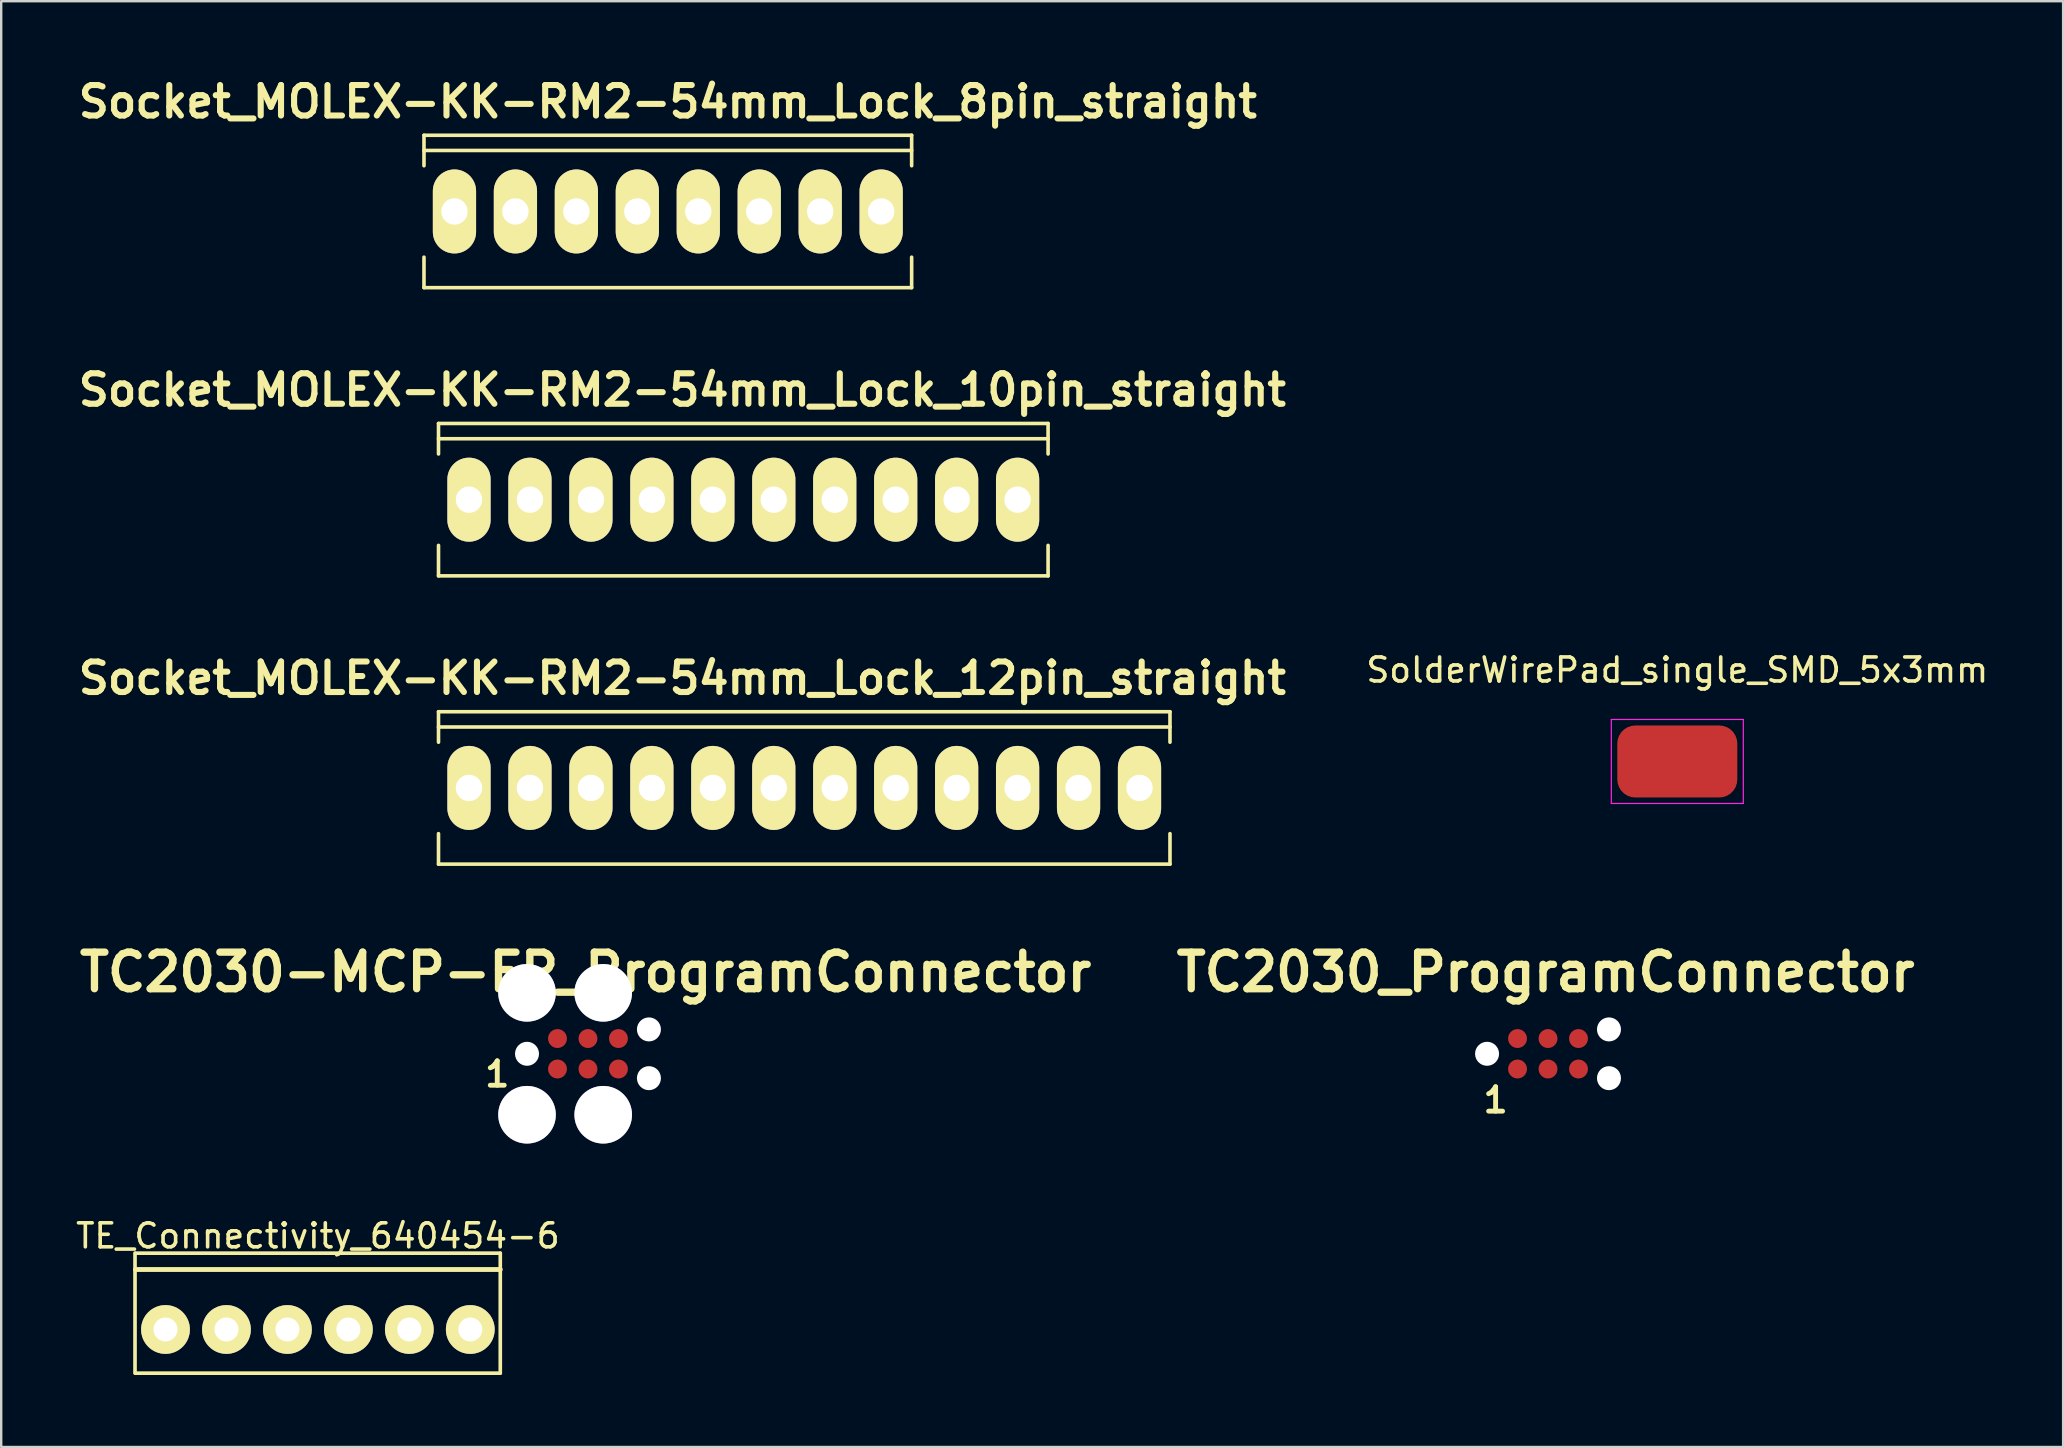
<source format=kicad_pcb>
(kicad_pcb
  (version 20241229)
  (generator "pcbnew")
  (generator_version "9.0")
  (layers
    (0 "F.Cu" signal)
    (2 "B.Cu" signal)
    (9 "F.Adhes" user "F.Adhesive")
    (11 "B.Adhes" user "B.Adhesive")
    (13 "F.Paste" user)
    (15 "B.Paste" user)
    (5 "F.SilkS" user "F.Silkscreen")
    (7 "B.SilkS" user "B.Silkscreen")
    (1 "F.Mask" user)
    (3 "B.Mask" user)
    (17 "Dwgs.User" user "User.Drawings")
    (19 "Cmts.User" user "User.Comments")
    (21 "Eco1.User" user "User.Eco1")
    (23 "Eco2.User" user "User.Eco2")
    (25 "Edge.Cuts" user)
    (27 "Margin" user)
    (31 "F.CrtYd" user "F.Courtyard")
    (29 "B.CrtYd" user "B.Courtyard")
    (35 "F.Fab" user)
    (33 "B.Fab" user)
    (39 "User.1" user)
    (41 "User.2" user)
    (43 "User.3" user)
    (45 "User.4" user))
  (footprint "TC2030_ProgramConnector"
    (layer "F.Cu")
    (at 61.454 40.86)
    (property "Reference" "TC2030_ProgramConnector" (at -0.099 -3.401 0) (layer "F.SilkS") (effects (font (size 1.524 1.524) (thickness 0.305))))
    (attr through_hole)
    (fp_text user "1" (at -2.184 1.93 0) (layer "F.SilkS") (effects (font (size 1.016 1.016) (thickness 0.203))))
    (pad "" np_thru_hole circle (at -2.54 0) (size 1 1) (drill 1) (layers "*.Cu" "*.Mask"))
    (pad "" np_thru_hole circle (at 2.54 -1.016) (size 1 1) (drill 1) (layers "*.Cu" "*.Mask"))
    (pad "" np_thru_hole circle (at 2.54 1.016) (size 1 1) (drill 1) (layers "*.Cu" "*.Mask"))
    (pad "1" smd circle (at -1.27 0.635) (size 0.787 0.787) (layers "F.Cu" "F.Mask"))
    (pad "2" smd circle (at -1.27 -0.635) (size 0.787 0.787) (layers "F.Cu" "F.Mask"))
    (pad "3" smd circle (at 0 0.635) (size 0.787 0.787) (layers "F.Cu" "F.Mask"))
    (pad "4" smd circle (at 0 -0.635) (size 0.787 0.787) (layers "F.Cu" "F.Mask"))
    (pad "5" smd circle (at 1.27 0.635) (size 0.787 0.787) (layers "F.Cu" "F.Mask"))
    (pad "6" smd circle (at 1.27 -0.635) (size 0.787 0.787) (layers "F.Cu" "F.Mask")))
  (footprint "Socket_MOLEX-KK-RM2-54mm_Lock_8pin_straight"
    (layer "F.Cu")
    (at 24.777 5.761)
    (property "Reference" "Socket_MOLEX-KK-RM2-54mm_Lock_8pin_straight" (at 0 -4.572 0) (layer "F.SilkS") (effects (font (size 1.27 1.27) (thickness 0.254))))
    (attr through_hole)
    (fp_line (start -10.16 -3.175) (end 10.16 -3.175) (stroke (width 0.15) (type solid)) (layer "F.SilkS"))
    (fp_line (start -10.16 -1.905) (end -10.16 -3.175) (stroke (width 0.15) (type solid)) (layer "F.SilkS"))
    (fp_line (start -10.16 3.175) (end -10.16 1.905) (stroke (width 0.15) (type solid)) (layer "F.SilkS"))
    (fp_line (start 10.16 -3.175) (end 10.16 -1.905) (stroke (width 0.15) (type solid)) (layer "F.SilkS"))
    (fp_line (start 10.16 -2.54) (end -10.16 -2.54) (stroke (width 0.15) (type solid)) (layer "F.SilkS"))
    (fp_line (start 10.16 3.175) (end -10.16 3.175) (stroke (width 0.15) (type solid)) (layer "F.SilkS"))
    (fp_line (start 10.16 3.175) (end 10.16 1.905) (stroke (width 0.15) (type solid)) (layer "F.SilkS"))
    (pad "1" thru_hole oval (at -8.89 0) (size 1.801 3.5) (drill 1.1) (layers "*.Cu" "*.Mask" "F.SilkS"))
    (pad "2" thru_hole oval (at -6.35 0) (size 1.801 3.5) (drill 1.1) (layers "*.Cu" "*.Mask" "F.SilkS"))
    (pad "3" thru_hole oval (at -3.81 0) (size 1.801 3.5) (drill 1.1) (layers "*.Cu" "*.Mask" "F.SilkS"))
    (pad "4" thru_hole oval (at -1.27 0) (size 1.801 3.5) (drill 1.1) (layers "*.Cu" "*.Mask" "F.SilkS"))
    (pad "5" thru_hole oval (at 1.27 0) (size 1.801 3.5) (drill 1.1) (layers "*.Cu" "*.Mask" "F.SilkS"))
    (pad "6" thru_hole oval (at 3.81 0) (size 1.801 3.5) (drill 1.1) (layers "*.Cu" "*.Mask" "F.SilkS"))
    (pad "7" thru_hole oval (at 6.35 0) (size 1.801 3.5) (drill 1.1) (layers "*.Cu" "*.Mask" "F.SilkS"))
    (pad "8" thru_hole oval (at 8.89 0) (size 1.801 3.5) (drill 1.1) (layers "*.Cu" "*.Mask" "F.SilkS")))
  (footprint "Socket_MOLEX-KK-RM2-54mm_Lock_10pin_straight"
    (layer "F.Cu")
    (at 27.922 17.771)
    (property "Reference" "Socket_MOLEX-KK-RM2-54mm_Lock_10pin_straight" (at -2.54 -4.572 0) (layer "F.SilkS") (effects (font (size 1.27 1.27) (thickness 0.254))))
    (attr through_hole)
    (fp_line (start -12.7 -3.175) (end 12.7 -3.175) (stroke (width 0.15) (type solid)) (layer "F.SilkS"))
    (fp_line (start -12.7 -1.905) (end -12.7 -3.175) (stroke (width 0.15) (type solid)) (layer "F.SilkS"))
    (fp_line (start -12.7 3.175) (end -12.7 1.905) (stroke (width 0.15) (type solid)) (layer "F.SilkS"))
    (fp_line (start 12.7 -3.175) (end 12.7 -1.905) (stroke (width 0.15) (type solid)) (layer "F.SilkS"))
    (fp_line (start 12.7 -2.54) (end -12.7 -2.54) (stroke (width 0.15) (type solid)) (layer "F.SilkS"))
    (fp_line (start 12.7 3.175) (end -12.7 3.175) (stroke (width 0.15) (type solid)) (layer "F.SilkS"))
    (fp_line (start 12.7 3.175) (end 12.7 1.905) (stroke (width 0.15) (type solid)) (layer "F.SilkS"))
    (pad "1" thru_hole oval (at -11.43 0) (size 1.801 3.5) (drill 1.1) (layers "*.Cu" "*.Mask" "F.SilkS"))
    (pad "2" thru_hole oval (at -8.89 0) (size 1.801 3.5) (drill 1.1) (layers "*.Cu" "*.Mask" "F.SilkS"))
    (pad "3" thru_hole oval (at -6.35 0) (size 1.801 3.5) (drill 1.1) (layers "*.Cu" "*.Mask" "F.SilkS"))
    (pad "4" thru_hole oval (at -3.81 0) (size 1.801 3.5) (drill 1.1) (layers "*.Cu" "*.Mask" "F.SilkS"))
    (pad "5" thru_hole oval (at -1.27 0) (size 1.801 3.5) (drill 1.1) (layers "*.Cu" "*.Mask" "F.SilkS"))
    (pad "6" thru_hole oval (at 1.27 0) (size 1.801 3.5) (drill 1.1) (layers "*.Cu" "*.Mask" "F.SilkS"))
    (pad "7" thru_hole oval (at 3.81 0) (size 1.801 3.5) (drill 1.1) (layers "*.Cu" "*.Mask" "F.SilkS"))
    (pad "8" thru_hole oval (at 6.35 0) (size 1.801 3.5) (drill 1.1) (layers "*.Cu" "*.Mask" "F.SilkS"))
    (pad "9" thru_hole oval (at 8.89 0) (size 1.801 3.5) (drill 1.1) (layers "*.Cu" "*.Mask" "F.SilkS"))
    (pad "10" thru_hole oval (at 11.43 0) (size 1.801 3.5) (drill 1.1) (layers "*.Cu" "*.Mask" "F.SilkS")))
  (footprint "TE_Connectivity_640454-6"
    (layer "F.Cu")
    (at 10.196 52.348)
    (property "Reference" "TE_Connectivity_640454-6" (at 0 -3.9 0) (layer "F.SilkS") (effects (font (size 1 1) (thickness 0.15))))
    (attr through_hole)
    (fp_line (start -7.62 -3.18) (end -7.62 1.82) (stroke (width 0.152) (type solid)) (layer "F.SilkS"))
    (fp_line (start -7.6 -3.18) (end 7.6 -3.18) (stroke (width 0.152) (type solid)) (layer "F.SilkS"))
    (fp_line (start -7.6 -2.5) (end 7.6 -2.5) (stroke (width 0.203) (type solid)) (layer "F.SilkS"))
    (fp_line (start 7.6 -3.18) (end 7.6 1.82) (stroke (width 0.152) (type solid)) (layer "F.SilkS"))
    (fp_line (start 7.6 1.82) (end -7.6 1.82) (stroke (width 0.152) (type solid)) (layer "F.SilkS"))
    (pad "1" thru_hole circle (at -6.35 0) (size 2.032 2.032) (drill 1) (layers "*.Cu" "*.Mask" "F.SilkS"))
    (pad "2" thru_hole circle (at -3.81 0) (size 2.032 2.032) (drill 1) (layers "*.Cu" "*.Mask" "F.SilkS"))
    (pad "3" thru_hole circle (at -1.27 0) (size 2.032 2.032) (drill 1) (layers "*.Cu" "*.Mask" "F.SilkS"))
    (pad "4" thru_hole circle (at 1.27 0) (size 2.032 2.032) (drill 1) (layers "*.Cu" "*.Mask" "F.SilkS"))
    (pad "5" thru_hole circle (at 3.81 0) (size 2.032 2.032) (drill 1) (layers "*.Cu" "*.Mask" "F.SilkS"))
    (pad "6" thru_hole circle (at 6.35 0) (size 2.032 2.032) (drill 1) (layers "*.Cu" "*.Mask" "F.SilkS")))
  (footprint "Socket_MOLEX-KK-RM2-54mm_Lock_12pin_straight"
    (layer "F.Cu")
    (at 30.462 29.782)
    (property "Reference" "Socket_MOLEX-KK-RM2-54mm_Lock_12pin_straight" (at -5.08 -4.572 0) (layer "F.SilkS") (effects (font (size 1.27 1.27) (thickness 0.254))))
    (attr through_hole)
    (fp_line (start -15.24 -3.175) (end 15.24 -3.175) (stroke (width 0.15) (type solid)) (layer "F.SilkS"))
    (fp_line (start -15.24 -1.905) (end -15.24 -3.175) (stroke (width 0.15) (type solid)) (layer "F.SilkS"))
    (fp_line (start -15.24 3.175) (end -15.24 1.905) (stroke (width 0.15) (type solid)) (layer "F.SilkS"))
    (fp_line (start 15.24 -3.175) (end 15.24 -1.905) (stroke (width 0.15) (type solid)) (layer "F.SilkS"))
    (fp_line (start 15.24 -2.54) (end -15.24 -2.54) (stroke (width 0.15) (type solid)) (layer "F.SilkS"))
    (fp_line (start 15.24 3.175) (end -15.24 3.175) (stroke (width 0.15) (type solid)) (layer "F.SilkS"))
    (fp_line (start 15.24 3.175) (end 15.24 1.905) (stroke (width 0.15) (type solid)) (layer "F.SilkS"))
    (pad "1" thru_hole oval (at -13.97 0) (size 1.801 3.5) (drill 1.1) (layers "*.Cu" "*.Mask" "F.SilkS"))
    (pad "2" thru_hole oval (at -11.43 0) (size 1.801 3.5) (drill 1.1) (layers "*.Cu" "*.Mask" "F.SilkS"))
    (pad "3" thru_hole oval (at -8.89 0) (size 1.801 3.5) (drill 1.1) (layers "*.Cu" "*.Mask" "F.SilkS"))
    (pad "4" thru_hole oval (at -6.35 0) (size 1.801 3.5) (drill 1.1) (layers "*.Cu" "*.Mask" "F.SilkS"))
    (pad "5" thru_hole oval (at -3.81 0) (size 1.801 3.5) (drill 1.1) (layers "*.Cu" "*.Mask" "F.SilkS"))
    (pad "6" thru_hole oval (at -1.27 0) (size 1.801 3.5) (drill 1.1) (layers "*.Cu" "*.Mask" "F.SilkS"))
    (pad "7" thru_hole oval (at 1.27 0) (size 1.801 3.5) (drill 1.1) (layers "*.Cu" "*.Mask" "F.SilkS"))
    (pad "8" thru_hole oval (at 3.81 0) (size 1.801 3.5) (drill 1.1) (layers "*.Cu" "*.Mask" "F.SilkS"))
    (pad "9" thru_hole oval (at 6.35 0) (size 1.801 3.5) (drill 1.1) (layers "*.Cu" "*.Mask" "F.SilkS"))
    (pad "10" thru_hole oval (at 8.89 0) (size 1.801 3.5) (drill 1.1) (layers "*.Cu" "*.Mask" "F.SilkS"))
    (pad "11" thru_hole oval (at 11.43 0) (size 1.801 3.5) (drill 1.1) (layers "*.Cu" "*.Mask" "F.SilkS"))
    (pad "12" thru_hole oval (at 13.97 0) (size 1.801 3.5) (drill 1.1) (layers "*.Cu" "*.Mask" "F.SilkS")))
  (footprint "SolderWirePad_single_SMD_5x3mm"
    (layer "F.Cu")
    (at 66.841 28.68)
    (property "Reference" "SolderWirePad_single_SMD_5x3mm" (at 0 -3.81 0) (layer "F.SilkS") (effects (font (size 1 1) (thickness 0.15))))
    (attr smd)
    (fp_line (start -2.75 -1.75) (end -2.75 1.75) (stroke (width 0.05) (type solid)) (layer "F.CrtYd"))
    (fp_line (start -2.75 1.75) (end 2.75 1.75) (stroke (width 0.05) (type solid)) (layer "F.CrtYd"))
    (fp_line (start 2.75 -1.75) (end -2.75 -1.75) (stroke (width 0.05) (type solid)) (layer "F.CrtYd"))
    (fp_line (start 2.75 1.75) (end 2.75 -1.75) (stroke (width 0.05) (type solid)) (layer "F.CrtYd"))
    (pad "1" smd roundrect (at 0 0) (size 5 3) (layers "F.Cu" "F.Mask") (roundrect_rratio 0.25)))
  (footprint "TC2030-MCP-FP_ProgramConnector"
    (layer "F.Cu")
    (at 21.45 40.86)
    (property "Reference" "TC2030-MCP-FP_ProgramConnector" (at -0.099 -3.401 0) (layer "F.SilkS") (effects (font (size 1.524 1.524) (thickness 0.305))))
    (attr through_hole)
    (fp_text user "1" (at -3.78 0.85 0) (layer "F.SilkS") (effects (font (size 1.016 1.016) (thickness 0.203))))
    (pad "" np_thru_hole circle (at -2.54 0) (size 1 1) (drill 1) (layers "*.Cu" "*.Mask"))
    (pad "" np_thru_hole circle (at 2.54 -1.016) (size 1 1) (drill 1) (layers "*.Cu" "*.Mask"))
    (pad "" np_thru_hole circle (at 2.54 1.016) (size 1 1) (drill 1) (layers "*.Cu" "*.Mask"))
    (pad "1" smd circle (at -1.27 0.635) (size 0.787 0.787) (layers "F.Cu" "F.Mask"))
    (pad "2" smd circle (at -1.27 -0.635) (size 0.787 0.787) (layers "F.Cu" "F.Mask"))
    (pad "3" smd circle (at 0 0.635) (size 0.787 0.787) (layers "F.Cu" "F.Mask"))
    (pad "4" smd circle (at 0 -0.635) (size 0.787 0.787) (layers "F.Cu" "F.Mask"))
    (pad "5" smd circle (at 1.27 0.635) (size 0.787 0.787) (layers "F.Cu" "F.Mask"))
    (pad "6" smd circle (at 1.27 -0.635) (size 0.787 0.787) (layers "F.Cu" "F.Mask"))
    (pad "7" thru_hole circle (at -2.54 -2.54) (size 2.4 2.4) (drill 2.4) (layers "*.Cu" "*.Mask"))
    (pad "8" thru_hole circle (at 0.635 -2.54) (size 2.4 2.4) (drill 2.4) (layers "*.Cu" "*.Mask"))
    (pad "9" thru_hole circle (at 0.635 2.54) (size 2.4 2.4) (drill 2.4) (layers "*.Cu" "*.Mask"))
    (pad "10" thru_hole circle (at -2.54 2.54) (size 2.4 2.4) (drill 2.4) (layers "*.Cu" "*.Mask")))
  (gr_rect
    (start -3 -3)
    (end 82.918 57.244)
    (stroke (width 0.1) (type default))
    (fill no)
    (layer "Edge.Cuts")))
</source>
